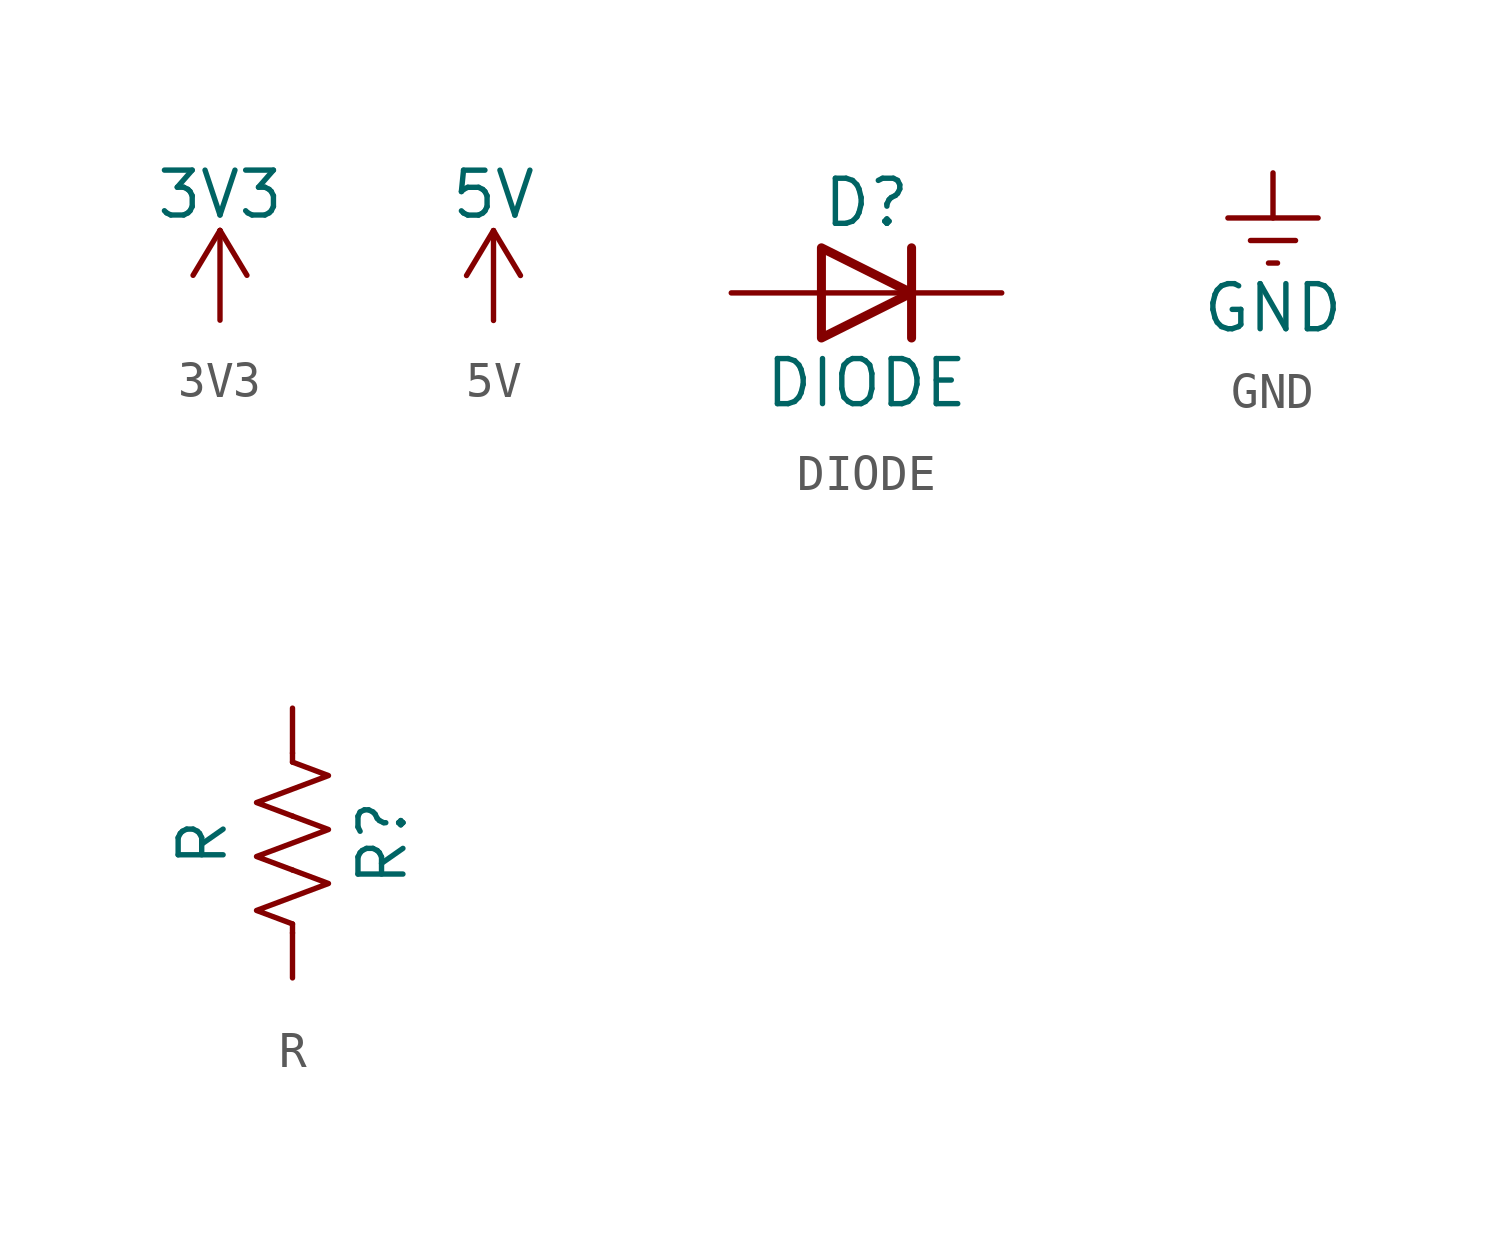
<source format=kicad_sym>
(kicad_symbol_lib
  (version 20211014)
  (generator kicad_symbol_editor)
  (symbol "3V3"
    (power)
    (pin_names
      (offset 0))
    (property "Reference" "#PWR"
      (at 0 -3.81 0)
      (effects (font (size 1.27 1.27)) hide))
    (property "Value" "3V3"
      (at 0 3.556 0)
      (effects (font (size 1.27 1.27))))
    (symbol "3V3_0_1"
      (polyline (pts (xy -0.762 1.27) (xy 0 2.54)) (stroke (width 0) (type default) (color 0 0 0 0)) (fill (type none)))
      (polyline (pts (xy 0 0) (xy 0 2.54)) (stroke (width 0) (type default) (color 0 0 0 0)) (fill (type none)))
      (polyline (pts (xy 0 2.54) (xy 0.762 1.27)) (stroke (width 0) (type default) (color 0 0 0 0)) (fill (type none))))
    (symbol "3V3_1_1"
      (pin power_in line (at 0 0 90) (length 0) hide (name "+3V3" (effects (font (size 1.27 1.27)))) (number "1" (effects (font (size 1.27 1.27)))))))
  (symbol "5V"
    (power)
    (pin_names
      (offset 0))
    (property "Reference" "#PWR"
      (at 0 -3.81 0)
      (effects (font (size 1.27 1.27)) hide))
    (property "Value" "5V"
      (at 0 3.556 0)
      (effects (font (size 1.27 1.27))))
    (symbol "5V_0_1"
      (polyline (pts (xy -0.762 1.27) (xy 0 2.54)) (stroke (width 0) (type default) (color 0 0 0 0)) (fill (type none)))
      (polyline (pts (xy 0 0) (xy 0 2.54)) (stroke (width 0) (type default) (color 0 0 0 0)) (fill (type none)))
      (polyline (pts (xy 0 2.54) (xy 0.762 1.27)) (stroke (width 0) (type default) (color 0 0 0 0)) (fill (type none))))
    (symbol "5V_1_1"
      (pin power_out line (at 0 0 90) (length 0) hide (name "+5V" (effects (font (size 1.27 1.27)))) (number "1" (effects (font (size 1.27 1.27)))))))
  (symbol "DIODE"
    (pin_numbers hide)
    (pin_names
      (offset 1.016) hide)
    (property "Reference" "D"
      (at 0 2.54 0)
      (effects (font (size 1.27 1.27))))
    (property "Value" "DIODE"
      (at 0 -2.54 0)
      (effects (font (size 1.27 1.27))))
    (symbol "DIODE_0_1"
      (polyline (pts (xy 1.27 0) (xy -1.27 0)) (stroke (width 0) (type default) (color 0 0 0 0)) (fill (type none)))
      (polyline (pts (xy 1.27 1.27) (xy 1.27 -1.27)) (stroke (width 0.254) (type default) (color 0 0 0 0)) (fill (type none)))
      (polyline (pts (xy -1.27 -1.27) (xy -1.27 1.27) (xy 1.27 0) (xy -1.27 -1.27)) (stroke (width 0.254) (type default) (color 0 0 0 0)) (fill (type none))))
    (symbol "DIODE_1_1"
      (pin passive line (at 3.81 0 180) (length 2.54) (name "K" (effects (font (size 1.27 1.27)))) (number "1" (effects (font (size 1.27 1.27)))))
      (pin passive line (at -3.81 0 0) (length 2.54) (name "A" (effects (font (size 1.27 1.27)))) (number "2" (effects (font (size 1.27 1.27)))))))
  (symbol "GND"
    (power)
    (pin_names
      (offset 0))
    (property "Reference" "#PWR"
      (at 0 -6.35 0)
      (effects (font (size 1.27 1.27)) hide))
    (property "Value" "GND"
      (at 0 -3.81 0)
      (effects (font (size 1.27 1.27))))
    (symbol "GND_0_1"
      (polyline (pts (xy -0.635 -1.905) (xy 0.635 -1.905)) (stroke (width 0) (type default) (color 0 0 0 0)) (fill (type none)))
      (polyline (pts (xy -0.127 -2.54) (xy 0.127 -2.54)) (stroke (width 0) (type default) (color 0 0 0 0)) (fill (type none)))
      (polyline (pts (xy 0 -1.27) (xy 0 0)) (stroke (width 0) (type default) (color 0 0 0 0)) (fill (type none)))
      (polyline (pts (xy 1.27 -1.27) (xy -1.27 -1.27)) (stroke (width 0) (type default) (color 0 0 0 0)) (fill (type none))))
    (symbol "GND_1_1"
      (pin power_in line (at 0 0 270) (length 0) hide (name "GND" (effects (font (size 1.27 1.27)))) (number "1" (effects (font (size 1.27 1.27)))))))
  (symbol "R"
    (pin_numbers hide)
    (pin_names
      (offset 0))
    (property "Reference" "R"
      (at 2.54 0 90)
      (effects (font (size 1.27 1.27))))
    (property "Value" "R"
      (at -2.54 0 90)
      (effects (font (size 1.27 1.27))))
    (symbol "R_0_1"
      (polyline (pts (xy 0 -2.286) (xy 0 -2.54)) (stroke (width 0) (type default) (color 0 0 0 0)) (fill (type none)))
      (polyline (pts (xy 0 2.286) (xy 0 2.54)) (stroke (width 0) (type default) (color 0 0 0 0)) (fill (type none)))
      (polyline (pts (xy 0 -0.762) (xy 1.016 -1.143) (xy 0 -1.524) (xy -1.016 -1.905) (xy 0 -2.286)) (stroke (width 0) (type default) (color 0 0 0 0)) (fill (type none)))
      (polyline (pts (xy 0 0.762) (xy 1.016 0.381) (xy 0 0) (xy -1.016 -0.381) (xy 0 -0.762)) (stroke (width 0) (type default) (color 0 0 0 0)) (fill (type none)))
      (polyline (pts (xy 0 2.286) (xy 1.016 1.905) (xy 0 1.524) (xy -1.016 1.143) (xy 0 0.762)) (stroke (width 0) (type default) (color 0 0 0 0)) (fill (type none))))
    (symbol "R_1_1"
      (pin passive line (at 0 3.81 270) (length 1.27) (name "~" (effects (font (size 1.27 1.27)))) (number "1" (effects (font (size 1.27 1.27)))))
      (pin passive line (at 0 -3.81 90) (length 1.27) (name "~" (effects (font (size 1.27 1.27)))) (number "2" (effects (font (size 1.27 1.27))))))))
</source>
